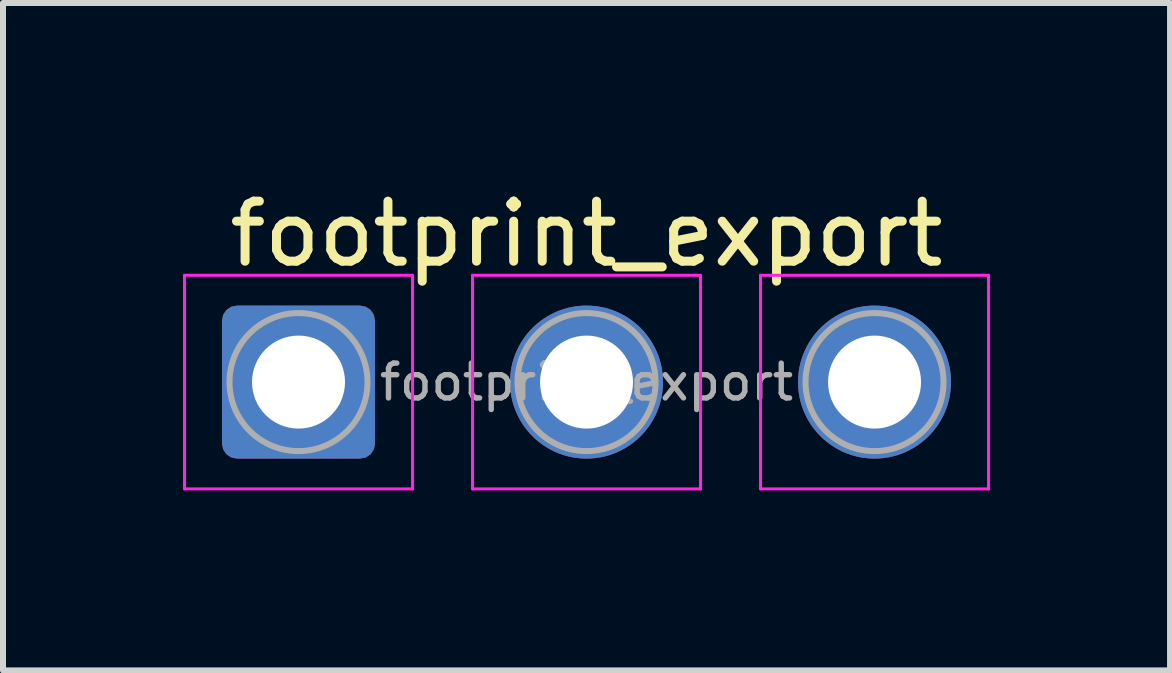
<source format=kicad_pcb>
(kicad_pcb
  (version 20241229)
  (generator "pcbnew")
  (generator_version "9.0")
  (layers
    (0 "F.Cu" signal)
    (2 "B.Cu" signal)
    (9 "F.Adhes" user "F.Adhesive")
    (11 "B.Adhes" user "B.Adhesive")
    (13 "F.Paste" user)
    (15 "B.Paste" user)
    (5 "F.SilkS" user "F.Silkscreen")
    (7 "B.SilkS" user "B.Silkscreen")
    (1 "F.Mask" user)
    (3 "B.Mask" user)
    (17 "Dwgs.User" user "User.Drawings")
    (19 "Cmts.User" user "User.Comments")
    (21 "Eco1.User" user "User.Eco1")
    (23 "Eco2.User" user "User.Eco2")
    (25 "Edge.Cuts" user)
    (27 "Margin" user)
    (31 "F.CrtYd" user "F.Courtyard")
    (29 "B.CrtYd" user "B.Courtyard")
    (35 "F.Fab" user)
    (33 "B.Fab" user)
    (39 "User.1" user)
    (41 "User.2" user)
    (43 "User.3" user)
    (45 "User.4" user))
  (footprint "footprint_export"
    (layer "F.Cu")
    (at 1.925 3.318)
    (property "Reference" "footprint_export" (at 4.8 -2.47 0) (layer "F.SilkS") (effects (font (size 1 1) (thickness 0.15))))
    (attr exclude_from_pos_files exclude_from_bom)
    (fp_line (start -1.9 -1.78) (end -1.9 1.78) (stroke (width 0.05) (type solid)) (layer "F.CrtYd"))
    (fp_line (start -1.9 1.78) (end 1.9 1.78) (stroke (width 0.05) (type solid)) (layer "F.CrtYd"))
    (fp_line (start 1.9 -1.78) (end -1.9 -1.78) (stroke (width 0.05) (type solid)) (layer "F.CrtYd"))
    (fp_line (start 1.9 1.78) (end 1.9 -1.78) (stroke (width 0.05) (type solid)) (layer "F.CrtYd"))
    (fp_line (start 2.9 -1.78) (end 2.9 1.78) (stroke (width 0.05) (type solid)) (layer "F.CrtYd"))
    (fp_line (start 2.9 1.78) (end 6.7 1.78) (stroke (width 0.05) (type solid)) (layer "F.CrtYd"))
    (fp_line (start 6.7 -1.78) (end 2.9 -1.78) (stroke (width 0.05) (type solid)) (layer "F.CrtYd"))
    (fp_line (start 6.7 1.78) (end 6.7 -1.78) (stroke (width 0.05) (type solid)) (layer "F.CrtYd"))
    (fp_line (start 7.7 -1.78) (end 7.7 1.78) (stroke (width 0.05) (type solid)) (layer "F.CrtYd"))
    (fp_line (start 7.7 1.78) (end 11.5 1.78) (stroke (width 0.05) (type solid)) (layer "F.CrtYd"))
    (fp_line (start 11.5 -1.78) (end 7.7 -1.78) (stroke (width 0.05) (type solid)) (layer "F.CrtYd"))
    (fp_line (start 11.5 1.78) (end 11.5 -1.78) (stroke (width 0.05) (type solid)) (layer "F.CrtYd"))
    (fp_circle (center 0 0) (end 1.15 0) (stroke (width 0.1) (type solid)) (fill no) (layer "F.Fab"))
    (fp_circle (center 4.8 0) (end 5.95 0) (stroke (width 0.1) (type solid)) (fill no) (layer "F.Fab"))
    (fp_circle (center 9.6 0) (end 10.75 0) (stroke (width 0.1) (type solid)) (fill no) (layer "F.Fab"))
    (fp_text user "${REFERENCE}" (at 4.8 0 0) (layer "F.Fab") (effects (font (size 0.58 0.58) (thickness 0.09))))
    (pad "1" thru_hole roundrect (at 0 0) (size 2.55 2.55) (drill 1.55) (layers "*.Cu" "*.Mask") (roundrect_rratio 0.098))
    (pad "2" thru_hole circle (at 4.8 0) (size 2.55 2.55) (drill 1.55) (layers "*.Cu" "*.Mask"))
    (pad "3" thru_hole circle (at 9.6 0) (size 2.55 2.55) (drill 1.55) (layers "*.Cu" "*.Mask")))
  (gr_rect
    (start -3 -3)
    (end 16.45 8.123)
    (stroke (width 0.1) (type default))
    (fill no)
    (layer "Edge.Cuts")))
</source>
